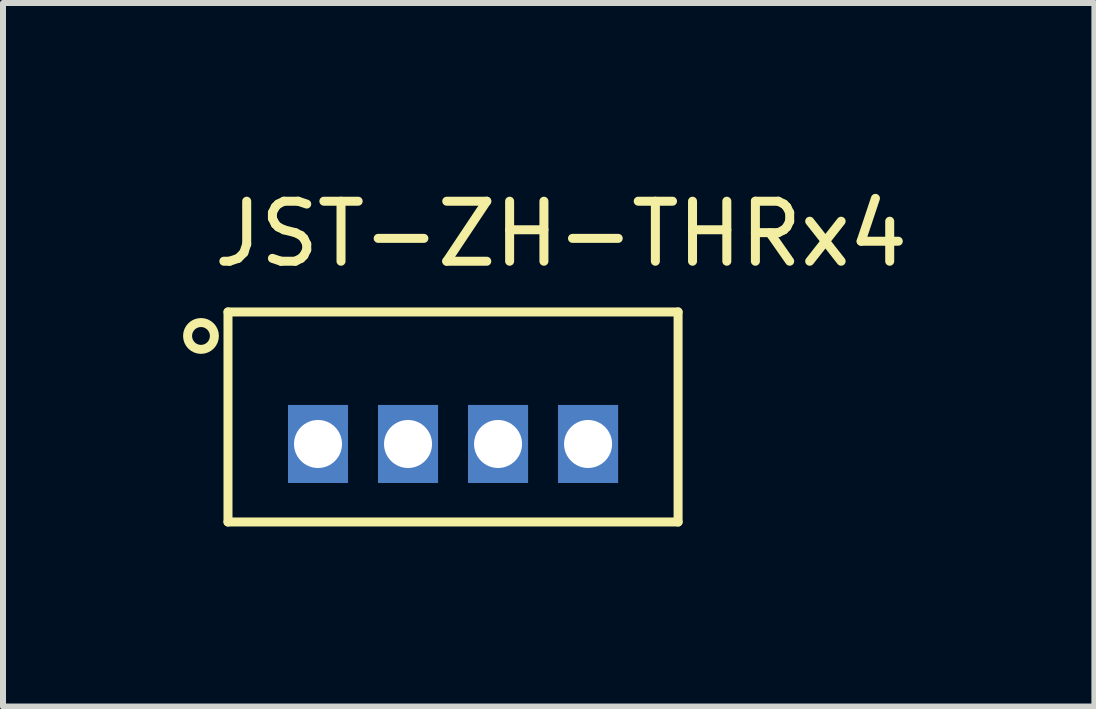
<source format=kicad_pcb>
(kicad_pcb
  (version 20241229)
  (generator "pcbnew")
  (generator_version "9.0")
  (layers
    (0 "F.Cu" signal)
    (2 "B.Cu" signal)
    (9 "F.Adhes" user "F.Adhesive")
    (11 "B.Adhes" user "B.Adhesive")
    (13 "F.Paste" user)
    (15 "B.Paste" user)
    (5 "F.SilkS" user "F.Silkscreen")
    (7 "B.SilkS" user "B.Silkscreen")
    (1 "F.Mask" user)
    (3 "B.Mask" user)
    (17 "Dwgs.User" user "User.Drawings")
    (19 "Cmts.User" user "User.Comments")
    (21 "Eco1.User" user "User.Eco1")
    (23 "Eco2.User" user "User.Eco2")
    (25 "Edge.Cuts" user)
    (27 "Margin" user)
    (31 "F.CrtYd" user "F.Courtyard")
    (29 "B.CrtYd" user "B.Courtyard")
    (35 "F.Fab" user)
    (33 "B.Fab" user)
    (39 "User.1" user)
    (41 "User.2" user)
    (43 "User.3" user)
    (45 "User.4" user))
  (footprint "JST-ZH-THRx4"
    (layer "F.Cu")
    (at 4.499 4.348)
    (property "Reference" "JST-ZH-THRx4" (at 1.8 -3.5 0) (layer "F.SilkS") (effects (font (size 1 1) (thickness 0.15))))
    (attr through_hole)
    (fp_line (start -3.75 -2.2) (end -3.75 1.3) (stroke (width 0.15) (type solid)) (layer "F.SilkS"))
    (fp_line (start -3.75 1.3) (end 3.75 1.3) (stroke (width 0.15) (type solid)) (layer "F.SilkS"))
    (fp_line (start 3.75 -2.2) (end -3.75 -2.2) (stroke (width 0.15) (type solid)) (layer "F.SilkS"))
    (fp_line (start 3.75 -2.2) (end 3.75 1.3) (stroke (width 0.15) (type solid)) (layer "F.SilkS"))
    (fp_circle (center -4.2 -1.8) (end -4 -1.7) (stroke (width 0.15) (type solid)) (fill no) (layer "F.SilkS"))
    (pad "1" thru_hole rect (at -2.25 0) (size 1 1.3) (drill 0.8) (layers "*.Cu" "*.Mask"))
    (pad "2" thru_hole rect (at -0.75 0) (size 1 1.3) (drill 0.8) (layers "*.Cu" "*.Mask"))
    (pad "3" thru_hole rect (at 0.75 0) (size 1 1.3) (drill 0.8) (layers "*.Cu" "*.Mask"))
    (pad "4" thru_hole rect (at 2.25 0) (size 1 1.3) (drill 0.8) (layers "*.Cu" "*.Mask")))
  (gr_rect
    (start -3 -3)
    (end 15.186 8.723)
    (stroke (width 0.1) (type default))
    (fill no)
    (layer "Edge.Cuts")))
</source>
